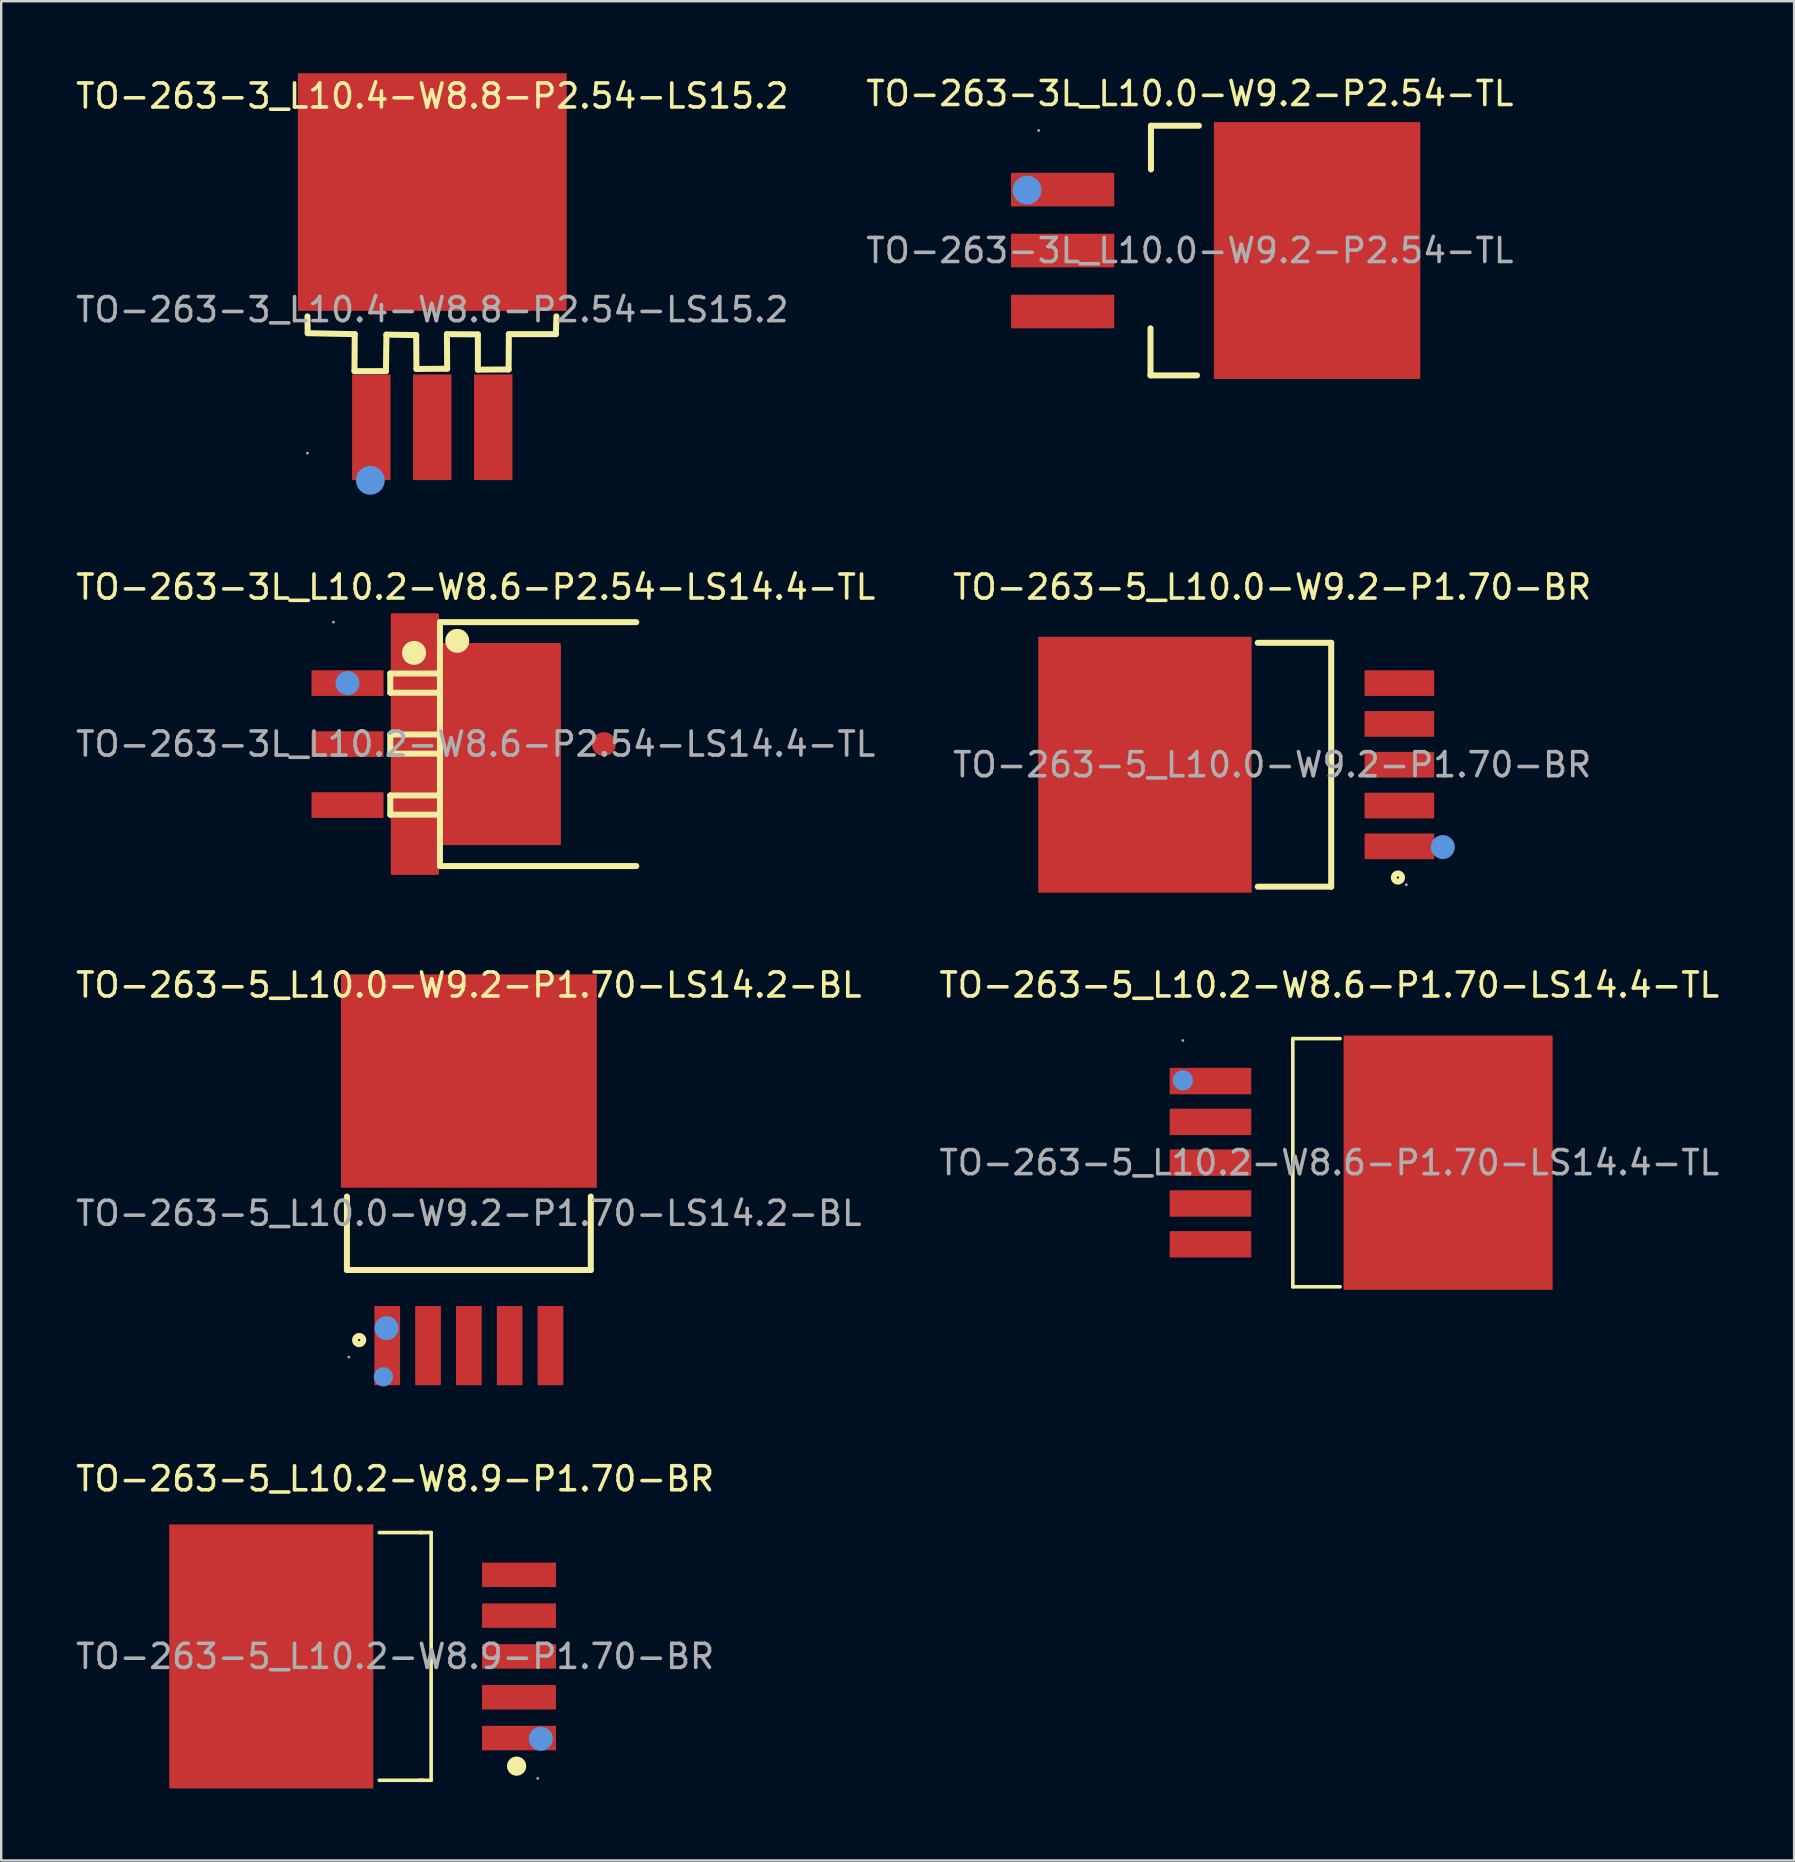
<source format=kicad_pcb>
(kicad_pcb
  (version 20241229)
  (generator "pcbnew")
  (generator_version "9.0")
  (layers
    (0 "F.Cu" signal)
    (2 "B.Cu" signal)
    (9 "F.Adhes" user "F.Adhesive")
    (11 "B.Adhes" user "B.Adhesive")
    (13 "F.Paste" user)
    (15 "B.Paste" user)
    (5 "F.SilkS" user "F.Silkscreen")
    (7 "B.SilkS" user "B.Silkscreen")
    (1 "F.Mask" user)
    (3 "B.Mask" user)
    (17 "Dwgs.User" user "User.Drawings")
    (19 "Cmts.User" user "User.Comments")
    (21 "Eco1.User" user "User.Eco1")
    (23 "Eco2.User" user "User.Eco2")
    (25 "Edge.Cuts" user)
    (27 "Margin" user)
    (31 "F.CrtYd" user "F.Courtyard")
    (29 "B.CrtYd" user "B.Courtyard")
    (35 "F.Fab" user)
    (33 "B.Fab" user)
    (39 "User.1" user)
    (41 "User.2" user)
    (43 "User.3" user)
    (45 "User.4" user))
  (footprint "TO-263-5_L10.2-W8.6-P1.70-LS14.4-TL"
    (layer "F.Cu")
    (at 52.327 45.386)
    (property "Reference" "TO-263-5_L10.2-W8.6-P1.70-LS14.4-TL" (at 0 -7.4 0) (layer "F.SilkS") (effects (font (size 1 1) (thickness 0.15))))
    (attr through_hole)
    (fp_line (start -1.52 -5.17) (end -1.52 5.17) (stroke (width 0.15) (type solid)) (layer "F.SilkS"))
    (fp_line (start 0.45 -5.17) (end -1.52 -5.17) (stroke (width 0.15) (type solid)) (layer "F.SilkS"))
    (fp_line (start 0.45 5.17) (end -1.52 5.17) (stroke (width 0.15) (type solid)) (layer "F.SilkS"))
    (fp_circle (center -6.1 -3.43) (end -5.89 -3.43) (stroke (width 0.42) (type solid)) (fill no) (layer "Cmts.User"))
    (fp_circle (center -6.1 -5.09) (end -6.07 -5.09) (stroke (width 0.06) (type solid)) (fill no) (layer "F.Fab"))
    (fp_text user "${REFERENCE}" (at 0 0 0) (layer "F.Fab") (effects (font (size 1 1) (thickness 0.15))))
    (pad "1" smd rect (at -4.95 -3.4) (size 3.4 1.1) (layers "F.Cu" "F.Mask" "F.Paste"))
    (pad "2" smd rect (at -4.95 -1.7) (size 3.4 1.1) (layers "F.Cu" "F.Mask" "F.Paste"))
    (pad "3" smd rect (at -4.95 0) (size 3.4 1.1) (layers "F.Cu" "F.Mask" "F.Paste"))
    (pad "4" smd rect (at -4.95 1.7) (size 3.4 1.1) (layers "F.Cu" "F.Mask" "F.Paste"))
    (pad "5" smd rect (at -4.95 3.4) (size 3.4 1.1) (layers "F.Cu" "F.Mask" "F.Paste"))
    (pad "6" smd rect (at 4.95 0) (size 8.71 10.59) (layers "F.Cu" "F.Mask" "F.Paste")))
  (footprint "TO-263-5_L10.0-W9.2-P1.70-LS14.2-BL"
    (layer "F.Cu")
    (at 16.482 47.496)
    (property "Reference" "TO-263-5_L10.0-W9.2-P1.70-LS14.2-BL" (at 0 -9.51 0) (layer "F.SilkS") (effects (font (size 1 1) (thickness 0.15))))
    (attr through_hole)
    (fp_line (start -5.08 2.36) (end -5.08 -0.7) (stroke (width 0.25) (type solid)) (layer "F.SilkS"))
    (fp_line (start 5.08 -0.7) (end 5.08 2.36) (stroke (width 0.25) (type solid)) (layer "F.SilkS"))
    (fp_line (start 5.08 2.36) (end -5.08 2.36) (stroke (width 0.25) (type solid)) (layer "F.SilkS"))
    (fp_circle (center -4.57 5.28) (end -4.4 5.28) (stroke (width 0.25) (type solid)) (fill no) (layer "F.SilkS"))
    (fp_circle (center -3.56 6.81) (end -3.36 6.81) (stroke (width 0.4) (type solid)) (fill no) (layer "Cmts.User"))
    (fp_circle (center -3.43 4.78) (end -3.18 4.78) (stroke (width 0.5) (type solid)) (fill no) (layer "Cmts.User"))
    (fp_circle (center -5 5.99) (end -4.97 5.99) (stroke (width 0.06) (type solid)) (fill no) (layer "F.Fab"))
    (fp_text user "${REFERENCE}" (at 0 0 0) (layer "F.Fab") (effects (font (size 1 1) (thickness 0.15))))
    (pad "1" smd rect (at -3.4 5.51 90) (size 3.3 1.07) (layers "F.Cu" "F.Mask" "F.Paste"))
    (pad "2" smd rect (at -1.7 5.51 90) (size 3.3 1.07) (layers "F.Cu" "F.Mask" "F.Paste"))
    (pad "3" smd rect (at 0 5.51 90) (size 3.3 1.07) (layers "F.Cu" "F.Mask" "F.Paste"))
    (pad "4" smd rect (at 1.7 5.51 90) (size 3.3 1.07) (layers "F.Cu" "F.Mask" "F.Paste"))
    (pad "5" smd rect (at 3.4 5.51 90) (size 3.3 1.07) (layers "F.Cu" "F.Mask" "F.Paste"))
    (pad "6" smd rect (at 0 -5.51) (size 10.66 8.89) (layers "F.Cu" "F.Mask" "F.Paste")))
  (footprint "TO-263-5_L10.2-W8.9-P1.70-BR"
    (layer "F.Cu")
    (at 13.411 65.955)
    (property "Reference" "TO-263-5_L10.2-W8.9-P1.70-BR" (at 0 -7.4 0) (layer "F.SilkS") (effects (font (size 1 1) (thickness 0.15))))
    (attr through_hole)
    (fp_line (start 1.03 -5.16) (end 1.5 -5.16) (stroke (width 0.15) (type solid)) (layer "F.SilkS"))
    (fp_line (start 1.03 5.16) (end 1.5 5.16) (stroke (width 0.15) (type solid)) (layer "F.SilkS"))
    (fp_line (start 1.13 -5.16) (end -0.66 -5.16) (stroke (width 0.15) (type solid)) (layer "F.SilkS"))
    (fp_line (start 1.15 5.16) (end -0.66 5.16) (stroke (width 0.15) (type solid)) (layer "F.SilkS"))
    (fp_line (start 1.5 5.16) (end 1.5 -5.16) (stroke (width 0.15) (type solid)) (layer "F.SilkS"))
    (fp_circle (center 5.06 4.57) (end 5.26 4.57) (stroke (width 0.4) (type solid)) (fill no) (layer "F.SilkS"))
    (fp_circle (center 6.07 3.43) (end 6.32 3.43) (stroke (width 0.5) (type solid)) (fill no) (layer "Cmts.User"))
    (fp_circle (center 5.94 5.08) (end 5.97 5.08) (stroke (width 0.06) (type solid)) (fill no) (layer "F.Fab"))
    (fp_text user "${REFERENCE}" (at 0 0 0) (layer "F.Fab") (effects (font (size 1 1) (thickness 0.15))))
    (pad "1" smd rect (at 5.16 3.4) (size 3.08 1.02) (layers "F.Cu" "F.Mask" "F.Paste"))
    (pad "2" smd rect (at 5.16 1.7) (size 3.08 1.02) (layers "F.Cu" "F.Mask" "F.Paste"))
    (pad "3" smd rect (at 5.16 0) (size 3.08 1.02) (layers "F.Cu" "F.Mask" "F.Paste"))
    (pad "4" smd rect (at 5.16 -1.7) (size 3.08 1.02) (layers "F.Cu" "F.Mask" "F.Paste"))
    (pad "5" smd rect (at 5.16 -3.4) (size 3.08 1.02) (layers "F.Cu" "F.Mask" "F.Paste"))
    (pad "6" smd rect (at -5.16 0) (size 8.5 11) (layers "F.Cu" "F.Mask" "F.Paste")))
  (footprint "TO-263-5_L10.0-W9.2-P1.70-BR"
    (layer "F.Cu")
    (at 49.946 28.808)
    (property "Reference" "TO-263-5_L10.0-W9.2-P1.70-BR" (at 0 -7.4 0) (layer "F.SilkS") (effects (font (size 1 1) (thickness 0.15))))
    (attr through_hole)
    (fp_line (start -0.6 -5.08) (end 2.46 -5.08) (stroke (width 0.25) (type solid)) (layer "F.SilkS"))
    (fp_line (start 2.46 -5.08) (end 2.46 5.08) (stroke (width 0.25) (type solid)) (layer "F.SilkS"))
    (fp_line (start 2.46 5.08) (end -0.6 5.08) (stroke (width 0.25) (type solid)) (layer "F.SilkS"))
    (fp_circle (center 5.24 4.7) (end 5.41 4.7) (stroke (width 0.25) (type solid)) (fill no) (layer "F.SilkS"))
    (fp_circle (center 7.11 3.43) (end 7.36 3.43) (stroke (width 0.5) (type solid)) (fill no) (layer "Cmts.User"))
    (fp_circle (center 5.59 5) (end 5.62 5) (stroke (width 0.06) (type solid)) (fill no) (layer "F.Fab"))
    (fp_text user "${REFERENCE}" (at 0 0 0) (layer "F.Fab") (effects (font (size 1 1) (thickness 0.15))))
    (pad "1" smd rect (at 5.3 3.4 180) (size 2.9 1.07) (layers "F.Cu" "F.Mask" "F.Paste"))
    (pad "2" smd rect (at 5.3 1.7 180) (size 2.9 1.07) (layers "F.Cu" "F.Mask" "F.Paste"))
    (pad "3" smd rect (at 5.3 0 180) (size 2.9 1.07) (layers "F.Cu" "F.Mask" "F.Paste"))
    (pad "4" smd rect (at 5.3 -1.7 180) (size 2.9 1.07) (layers "F.Cu" "F.Mask" "F.Paste"))
    (pad "5" smd rect (at 5.3 -3.4 180) (size 2.9 1.07) (layers "F.Cu" "F.Mask" "F.Paste"))
    (pad "6" smd rect (at -5.3 0 90) (size 10.66 8.89) (layers "F.Cu" "F.Mask" "F.Paste")))
  (footprint "TO-263-3_L10.4-W8.8-P2.54-LS15.2"
    (layer "F.Cu")
    (at 14.958 9.85)
    (property "Reference" "TO-263-3_L10.4-W8.8-P2.54-LS15.2" (at 0 -8.9 0) (layer "F.SilkS") (effects (font (size 1 1) (thickness 0.15))))
    (attr through_hole)
    (fp_line (start -5.2 0.28) (end -5.19 0.98) (stroke (width 0.25) (type solid)) (layer "F.SilkS"))
    (fp_line (start -5.19 0.98) (end -3.23 1.02) (stroke (width 0.25) (type solid)) (layer "F.SilkS"))
    (fp_line (start -3.24 2.56) (end -1.93 2.56) (stroke (width 0.25) (type solid)) (layer "F.SilkS"))
    (fp_line (start -3.23 1.02) (end -3.24 2.56) (stroke (width 0.25) (type solid)) (layer "F.SilkS"))
    (fp_line (start -1.93 2.56) (end -1.91 1.04) (stroke (width 0.25) (type solid)) (layer "F.SilkS"))
    (fp_line (start -1.91 1.04) (end -0.67 1.06) (stroke (width 0.25) (type solid)) (layer "F.SilkS"))
    (fp_line (start -0.67 1.06) (end -0.66 2.47) (stroke (width 0.25) (type solid)) (layer "F.SilkS"))
    (fp_line (start -0.66 2.47) (end 0.62 2.46) (stroke (width 0.25) (type solid)) (layer "F.SilkS"))
    (fp_line (start 0.61 1.02) (end 1.9 1.03) (stroke (width 0.25) (type solid)) (layer "F.SilkS"))
    (fp_line (start 0.62 2.46) (end 0.61 1.02) (stroke (width 0.25) (type solid)) (layer "F.SilkS"))
    (fp_line (start 1.9 1.03) (end 1.9 2.5) (stroke (width 0.25) (type solid)) (layer "F.SilkS"))
    (fp_line (start 1.9 2.5) (end 3.18 2.49) (stroke (width 0.25) (type solid)) (layer "F.SilkS"))
    (fp_line (start 3.18 2.49) (end 3.19 1.02) (stroke (width 0.25) (type solid)) (layer "F.SilkS"))
    (fp_line (start 3.19 1.02) (end 5.15 1.02) (stroke (width 0.25) (type solid)) (layer "F.SilkS"))
    (fp_line (start 5.15 1.02) (end 5.17 0.28) (stroke (width 0.25) (type solid)) (layer "F.SilkS"))
    (fp_circle (center -2.58 7.11) (end -2.28 7.11) (stroke (width 0.6) (type solid)) (fill no) (layer "Cmts.User"))
    (fp_circle (center -5.2 5.98) (end -5.17 5.98) (stroke (width 0.06) (type solid)) (fill no) (layer "F.Fab"))
    (fp_text user "${REFERENCE}" (at 0 0 0) (layer "F.Fab") (effects (font (size 1 1) (thickness 0.15))))
    (pad "1" smd rect (at -2.54 4.9 270) (size 4.4 1.6) (layers "F.Cu" "F.Mask" "F.Paste"))
    (pad "2" smd rect (at 0 4.9 270) (size 4.4 1.6) (layers "F.Cu" "F.Mask" "F.Paste"))
    (pad "3" smd rect (at 2.54 4.9 270) (size 4.4 1.6) (layers "F.Cu" "F.Mask" "F.Paste"))
    (pad "4" smd rect (at 0 -4.9) (size 11.2 9.9) (layers "F.Cu" "F.Mask" "F.Paste")))
  (footprint "TO-263-3L_L10.2-W8.6-P2.54-LS14.4-TL"
    (layer "F.Cu")
    (at 16.768 27.948)
    (property "Reference" "TO-263-3L_L10.2-W8.6-P2.54-LS14.4-TL" (at 0 -6.54 0) (layer "F.SilkS") (effects (font (size 1 1) (thickness 0.15))))
    (attr through_hole)
    (fp_line (start -3.56 -2.94) (end -1.49 -2.94) (stroke (width 0.25) (type solid)) (layer "F.SilkS"))
    (fp_line (start -3.56 -2.14) (end -3.56 -2.94) (stroke (width 0.25) (type solid)) (layer "F.SilkS"))
    (fp_line (start -3.56 -2.14) (end -1.49 -2.14) (stroke (width 0.25) (type solid)) (layer "F.SilkS"))
    (fp_line (start -3.56 -0.4) (end -1.49 -0.4) (stroke (width 0.25) (type solid)) (layer "F.SilkS"))
    (fp_line (start -3.56 0.4) (end -3.56 -0.4) (stroke (width 0.25) (type solid)) (layer "F.SilkS"))
    (fp_line (start -3.56 0.4) (end -1.49 0.4) (stroke (width 0.25) (type solid)) (layer "F.SilkS"))
    (fp_line (start -3.56 2.14) (end -1.49 2.14) (stroke (width 0.25) (type solid)) (layer "F.SilkS"))
    (fp_line (start -3.56 2.94) (end -3.56 2.14) (stroke (width 0.25) (type solid)) (layer "F.SilkS"))
    (fp_line (start -3.56 2.94) (end -1.49 2.94) (stroke (width 0.25) (type solid)) (layer "F.SilkS"))
    (fp_line (start -1.49 -5.08) (end -1.49 5.08) (stroke (width 0.25) (type solid)) (layer "F.SilkS"))
    (fp_line (start -1.49 5.08) (end 6.69 5.08) (stroke (width 0.25) (type solid)) (layer "F.SilkS"))
    (fp_line (start 6.69 -5.08) (end -1.49 -5.08) (stroke (width 0.25) (type solid)) (layer "F.SilkS"))
    (fp_circle (center -2.57 -3.8) (end -2.32 -3.8) (stroke (width 0.5) (type solid)) (fill no) (layer "F.SilkS"))
    (fp_circle (center -0.77 -4.3) (end -0.52 -4.3) (stroke (width 0.5) (type solid)) (fill no) (layer "F.SilkS"))
    (fp_circle (center -5.34 -2.54) (end -5.09 -2.54) (stroke (width 0.5) (type solid)) (fill no) (layer "Cmts.User"))
    (fp_circle (center -5.93 -5.08) (end -5.9 -5.08) (stroke (width 0.06) (type solid)) (fill no) (layer "F.Fab"))
    (fp_text user "${REFERENCE}" (at 0 0 0) (layer "F.Fab") (effects (font (size 1 1) (thickness 0.15))))
    (pad "1" smd rect (at -5.34 -2.54 180) (size 3 1.07) (layers "F.Cu" "F.Mask" "F.Paste"))
    (pad "2" smd rect (at -5.34 0 180) (size 3 1.07) (layers "F.Cu" "F.Mask" "F.Paste"))
    (pad "3" smd rect (at -5.34 2.54 180) (size 3 1.07) (layers "F.Cu" "F.Mask" "F.Paste"))
    (pad "4" smd custom (at 5.34 0 180) (size 1 1) (layers "F.Cu" "F.Mask" "F.Paste") (options (anchor circle)) (primitives (gr_poly (pts (xy 1.84 4.16) (xy 1.84 -4.16) (xy 6.92 -4.16) (xy 6.92 -5.4) (xy 8.83 -5.4) (xy 8.83 5.4) (xy 6.92 5.4) (xy 6.92 4.16)) (width 0.1) (fill yes)))))
  (footprint "TO-263-3L_L10.0-W9.2-P2.54-TL"
    (layer "F.Cu")
    (at 46.518 7.388)
    (property "Reference" "TO-263-3L_L10.0-W9.2-P2.54-TL" (at 0 -6.54 0) (layer "F.SilkS") (effects (font (size 1 1) (thickness 0.15))))
    (attr through_hole)
    (fp_line (start -1.64 5.2) (end -1.64 3.24) (stroke (width 0.25) (type solid)) (layer "F.SilkS"))
    (fp_line (start -1.62 -5.2) (end -1.62 -3.38) (stroke (width 0.25) (type solid)) (layer "F.SilkS"))
    (fp_line (start 0.3 5.2) (end -1.64 5.2) (stroke (width 0.25) (type solid)) (layer "F.SilkS"))
    (fp_line (start 0.38 -5.2) (end -1.62 -5.2) (stroke (width 0.25) (type solid)) (layer "F.SilkS"))
    (fp_circle (center -6.78 -2.52) (end -6.48 -2.52) (stroke (width 0.6) (type solid)) (fill no) (layer "Cmts.User"))
    (fp_circle (center -6.3 -5) (end -6.27 -5) (stroke (width 0.06) (type solid)) (fill no) (layer "F.Fab"))
    (fp_text user "${REFERENCE}" (at 0 0 0) (layer "F.Fab") (effects (font (size 1 1) (thickness 0.15))))
    (pad "1" smd rect (at -5.3 -2.54) (size 4.3 1.4) (layers "F.Cu" "F.Mask" "F.Paste"))
    (pad "2" smd rect (at -5.3 0) (size 4.3 1.4) (layers "F.Cu" "F.Mask" "F.Paste"))
    (pad "3" smd rect (at -5.3 2.54) (size 4.3 1.4) (layers "F.Cu" "F.Mask" "F.Paste"))
    (pad "4" smd rect (at 5.3 0) (size 8.6 10.7) (layers "F.Cu" "F.Mask" "F.Paste")))
  (gr_rect
    (start -3 -3)
    (end 71.69 74.455)
    (stroke (width 0.1) (type default))
    (fill no)
    (layer "Edge.Cuts")))
</source>
